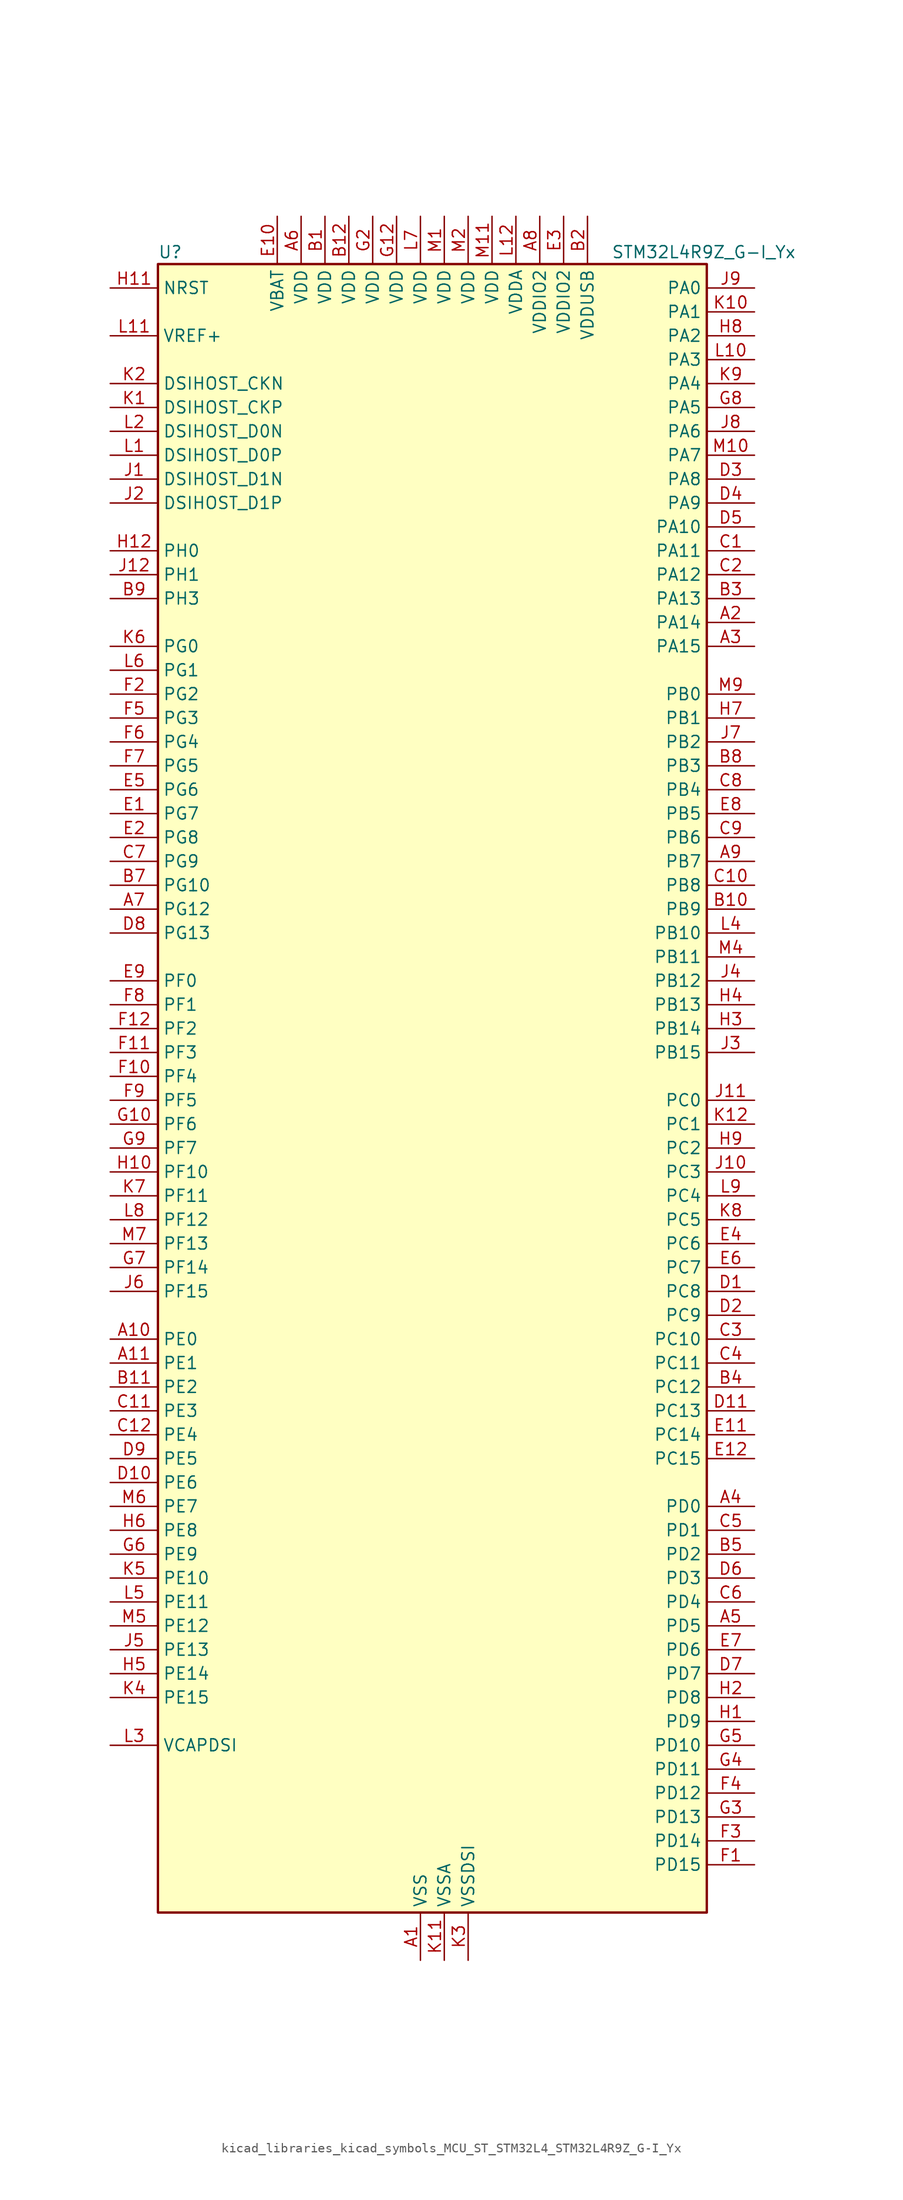
<source format=kicad_sym>
(kicad_symbol_lib
  (version 20220914)
  (generator kicad_symbol_editor)
  (symbol "kicad_libraries_kicad_symbols_MCU_ST_STM32L4_STM32L4R9Z_G-I_Yx"
    (property "Reference" "U"
      (at -27.94 90.17 0)
      (effects (font (size 1.27 1.27)) (justify left)))
    (property "Value" "STM32L4R9Z_G-I_Yx"
      (at 20.32 90.17 0)
      (effects (font (size 1.27 1.27)) (justify left)))
    (property "ki_locked" ""
      (at 0 0 0)
      (effects (font (size 1.27 1.27))))
    (symbol "kicad_libraries_kicad_symbols_MCU_ST_STM32L4_STM32L4R9Z_G-I_Yx_0_1"
      (rectangle (start -27.94 -86.36) (end 30.48 88.9) (stroke (width 0.254) (type default)) (fill (type background))))
    (symbol "kicad_libraries_kicad_symbols_MCU_ST_STM32L4_STM32L4R9Z_G-I_Yx_1_1"
      (pin power_in line (at 0 -91.44 90) (length 5.08) (name "VSS" (effects (font (size 1.27 1.27)))) (number "A1" (effects (font (size 1.27 1.27)))))
      (pin bidirectional line (at -33.02 -25.4 0) (length 5.08) (name "PE0" (effects (font (size 1.27 1.27)))) (number "A10" (effects (font (size 1.27 1.27)))) (alternate "DCMI_D2" bidirectional line) (alternate "FMC_NBL0" bidirectional line) (alternate "LTDC_HSYNC" bidirectional line) (alternate "TIM16_CH1" bidirectional line) (alternate "TIM4_ETR" bidirectional line))
      (pin bidirectional line (at -33.02 -27.94 0) (length 5.08) (name "PE1" (effects (font (size 1.27 1.27)))) (number "A11" (effects (font (size 1.27 1.27)))) (alternate "DCMI_D3" bidirectional line) (alternate "FMC_NBL1" bidirectional line) (alternate "LTDC_VSYNC" bidirectional line) (alternate "TIM17_CH1" bidirectional line))
      (pin passive line (at 0 -91.44 90) (length 5.08) hide (name "VSS" (effects (font (size 1.27 1.27)))) (number "A12" (effects (font (size 1.27 1.27)))))
      (pin bidirectional line (at 35.56 50.8 180) (length 5.08) (name "PA14" (effects (font (size 1.27 1.27)))) (number "A2" (effects (font (size 1.27 1.27)))) (alternate "I2C1_SMBA" bidirectional line) (alternate "I2C4_SMBA" bidirectional line) (alternate "LPTIM1_OUT" bidirectional line) (alternate "SAI1_FS_B" bidirectional line) (alternate "SYS_JTCK-SWCLK" bidirectional line) (alternate "USB_OTG_FS_SOF" bidirectional line))
      (pin bidirectional line (at 35.56 48.26 180) (length 5.08) (name "PA15" (effects (font (size 1.27 1.27)))) (number "A3" (effects (font (size 1.27 1.27)))) (alternate "ADC1_EXTI15" bidirectional line) (alternate "SAI2_FS_B" bidirectional line) (alternate "SPI1_NSS" bidirectional line) (alternate "SPI3_NSS" bidirectional line) (alternate "SYS_JTDI" bidirectional line) (alternate "TIM2_CH1" bidirectional line) (alternate "TIM2_ETR" bidirectional line) (alternate "TSC_G3_IO1" bidirectional line) (alternate "UART4_DE" bidirectional line) (alternate "UART4_RTS" bidirectional line) (alternate "USART2_RX" bidirectional line) (alternate "USART3_DE" bidirectional line) (alternate "USART3_RTS" bidirectional line))
      (pin bidirectional line (at 35.56 -43.18 180) (length 5.08) (name "PD0" (effects (font (size 1.27 1.27)))) (number "A4" (effects (font (size 1.27 1.27)))) (alternate "CAN1_RX" bidirectional line) (alternate "DFSDM1_DATIN7" bidirectional line) (alternate "FMC_D2" bidirectional line) (alternate "FMC_DA2" bidirectional line) (alternate "LTDC_B4" bidirectional line) (alternate "SPI2_NSS" bidirectional line))
      (pin bidirectional line (at 35.56 -55.88 180) (length 5.08) (name "PD5" (effects (font (size 1.27 1.27)))) (number "A5" (effects (font (size 1.27 1.27)))) (alternate "FMC_NWE" bidirectional line) (alternate "OCTOSPIM_P1_IO5" bidirectional line) (alternate "USART2_TX" bidirectional line))
      (pin power_in line (at -12.7 93.98 270) (length 5.08) (name "VDD" (effects (font (size 1.27 1.27)))) (number "A6" (effects (font (size 1.27 1.27)))))
      (pin bidirectional line (at -33.02 20.32 0) (length 5.08) (name "PG12" (effects (font (size 1.27 1.27)))) (number "A7" (effects (font (size 1.27 1.27)))) (alternate "FMC_NE4" bidirectional line) (alternate "LPTIM1_ETR" bidirectional line) (alternate "OCTOSPIM_P2_NCS" bidirectional line) (alternate "SAI2_SD_A" bidirectional line) (alternate "SPI3_NSS" bidirectional line) (alternate "USART1_DE" bidirectional line) (alternate "USART1_RTS" bidirectional line))
      (pin power_in line (at 12.7 93.98 270) (length 5.08) (name "VDDIO2" (effects (font (size 1.27 1.27)))) (number "A8" (effects (font (size 1.27 1.27)))))
      (pin bidirectional line (at 35.56 25.4 180) (length 5.08) (name "PB7" (effects (font (size 1.27 1.27)))) (number "A9" (effects (font (size 1.27 1.27)))) (alternate "COMP2_INM" bidirectional line) (alternate "DCMI_VSYNC" bidirectional line) (alternate "DFSDM1_CKIN5" bidirectional line) (alternate "DSIHOST_TE" bidirectional line) (alternate "FMC_NL" bidirectional line) (alternate "I2C1_SDA" bidirectional line) (alternate "I2C4_SDA" bidirectional line) (alternate "LPTIM1_IN2" bidirectional line) (alternate "SYS_PVD_IN" bidirectional line) (alternate "TIM17_CH1N" bidirectional line) (alternate "TIM4_CH2" bidirectional line) (alternate "TIM8_BKIN" bidirectional line) (alternate "TSC_G2_IO4" bidirectional line) (alternate "UART4_CTS" bidirectional line) (alternate "USART1_RX" bidirectional line))
      (pin power_in line (at -10.16 93.98 270) (length 5.08) (name "VDD" (effects (font (size 1.27 1.27)))) (number "B1" (effects (font (size 1.27 1.27)))))
      (pin bidirectional line (at 35.56 20.32 180) (length 5.08) (name "PB9" (effects (font (size 1.27 1.27)))) (number "B10" (effects (font (size 1.27 1.27)))) (alternate "CAN1_TX" bidirectional line) (alternate "DAC1_EXTI9" bidirectional line) (alternate "DCMI_D7" bidirectional line) (alternate "DFSDM1_CKIN6" bidirectional line) (alternate "I2C1_SDA" bidirectional line) (alternate "IR_OUT" bidirectional line) (alternate "SAI1_D2" bidirectional line) (alternate "SAI1_FS_A" bidirectional line) (alternate "SDMMC1_CDIR" bidirectional line) (alternate "SDMMC1_D5" bidirectional line) (alternate "SPI2_NSS" bidirectional line) (alternate "TIM17_CH1" bidirectional line) (alternate "TIM4_CH4" bidirectional line))
      (pin bidirectional line (at -33.02 -30.48 0) (length 5.08) (name "PE2" (effects (font (size 1.27 1.27)))) (number "B11" (effects (font (size 1.27 1.27)))) (alternate "FMC_A23" bidirectional line) (alternate "LTDC_R0" bidirectional line) (alternate "SAI1_CK1" bidirectional line) (alternate "SAI1_MCLK_A" bidirectional line) (alternate "SYS_TRACECLK" bidirectional line) (alternate "TIM3_ETR" bidirectional line) (alternate "TSC_G7_IO1" bidirectional line))
      (pin power_in line (at -7.62 93.98 270) (length 5.08) (name "VDD" (effects (font (size 1.27 1.27)))) (number "B12" (effects (font (size 1.27 1.27)))))
      (pin power_in line (at 17.78 93.98 270) (length 5.08) (name "VDDUSB" (effects (font (size 1.27 1.27)))) (number "B2" (effects (font (size 1.27 1.27)))))
      (pin bidirectional line (at 35.56 53.34 180) (length 5.08) (name "PA13" (effects (font (size 1.27 1.27)))) (number "B3" (effects (font (size 1.27 1.27)))) (alternate "IR_OUT" bidirectional line) (alternate "SAI1_SD_B" bidirectional line) (alternate "SYS_JTMS-SWDIO" bidirectional line) (alternate "USB_OTG_FS_NOE" bidirectional line))
      (pin bidirectional line (at 35.56 -30.48 180) (length 5.08) (name "PC12" (effects (font (size 1.27 1.27)))) (number "B4" (effects (font (size 1.27 1.27)))) (alternate "DCMI_D9" bidirectional line) (alternate "SAI2_SD_B" bidirectional line) (alternate "SDMMC1_CK" bidirectional line) (alternate "SPI3_MOSI" bidirectional line) (alternate "SYS_TRACED3" bidirectional line) (alternate "TSC_G3_IO4" bidirectional line) (alternate "UART5_TX" bidirectional line) (alternate "USART3_CK" bidirectional line))
      (pin bidirectional line (at 35.56 -48.26 180) (length 5.08) (name "PD2" (effects (font (size 1.27 1.27)))) (number "B5" (effects (font (size 1.27 1.27)))) (alternate "DCMI_D11" bidirectional line) (alternate "SDMMC1_CMD" bidirectional line) (alternate "SYS_TRACED2" bidirectional line) (alternate "TIM3_ETR" bidirectional line) (alternate "TSC_SYNC" bidirectional line) (alternate "UART5_RX" bidirectional line) (alternate "USART3_DE" bidirectional line) (alternate "USART3_RTS" bidirectional line))
      (pin passive line (at 0 -91.44 90) (length 5.08) hide (name "VSS" (effects (font (size 1.27 1.27)))) (number "B6" (effects (font (size 1.27 1.27)))))
      (pin bidirectional line (at -33.02 22.86 0) (length 5.08) (name "PG10" (effects (font (size 1.27 1.27)))) (number "B7" (effects (font (size 1.27 1.27)))) (alternate "FMC_NE3" bidirectional line) (alternate "LPTIM1_IN1" bidirectional line) (alternate "OCTOSPIM_P2_IO7" bidirectional line) (alternate "SAI2_FS_A" bidirectional line) (alternate "SPI3_MISO" bidirectional line) (alternate "TIM15_CH1" bidirectional line) (alternate "USART1_RX" bidirectional line))
      (pin bidirectional line (at 35.56 35.56 180) (length 5.08) (name "PB3" (effects (font (size 1.27 1.27)))) (number "B8" (effects (font (size 1.27 1.27)))) (alternate "COMP2_INM" bidirectional line) (alternate "CRS_SYNC" bidirectional line) (alternate "SAI1_SCK_B" bidirectional line) (alternate "SPI1_SCK" bidirectional line) (alternate "SPI3_SCK" bidirectional line) (alternate "SYS_JTDO-SWO" bidirectional line) (alternate "TIM2_CH2" bidirectional line) (alternate "USART1_DE" bidirectional line) (alternate "USART1_RTS" bidirectional line))
      (pin bidirectional line (at -33.02 53.34 0) (length 5.08) (name "PH3" (effects (font (size 1.27 1.27)))) (number "B9" (effects (font (size 1.27 1.27)))))
      (pin bidirectional line (at 35.56 58.42 180) (length 5.08) (name "PA11" (effects (font (size 1.27 1.27)))) (number "C1" (effects (font (size 1.27 1.27)))) (alternate "ADC1_EXTI11" bidirectional line) (alternate "CAN1_RX" bidirectional line) (alternate "SPI1_MISO" bidirectional line) (alternate "TIM1_BKIN2" bidirectional line) (alternate "TIM1_CH4" bidirectional line) (alternate "USART1_CTS" bidirectional line) (alternate "USART1_NSS" bidirectional line) (alternate "USB_OTG_FS_DM" bidirectional line))
      (pin bidirectional line (at 35.56 22.86 180) (length 5.08) (name "PB8" (effects (font (size 1.27 1.27)))) (number "C10" (effects (font (size 1.27 1.27)))) (alternate "CAN1_RX" bidirectional line) (alternate "DCMI_D6" bidirectional line) (alternate "DFSDM1_CKOUT" bidirectional line) (alternate "DFSDM1_DATIN6" bidirectional line) (alternate "I2C1_SCL" bidirectional line) (alternate "LTDC_B1" bidirectional line) (alternate "SAI1_CK1" bidirectional line) (alternate "SAI1_MCLK_A" bidirectional line) (alternate "SDMMC1_CKIN" bidirectional line) (alternate "SDMMC1_D4" bidirectional line) (alternate "TIM16_CH1" bidirectional line) (alternate "TIM4_CH3" bidirectional line))
      (pin bidirectional line (at -33.02 -33.02 0) (length 5.08) (name "PE3" (effects (font (size 1.27 1.27)))) (number "C11" (effects (font (size 1.27 1.27)))) (alternate "FMC_A19" bidirectional line) (alternate "LTDC_R1" bidirectional line) (alternate "OCTOSPIM_P1_DQS" bidirectional line) (alternate "SAI1_SD_B" bidirectional line) (alternate "SYS_TRACED0" bidirectional line) (alternate "TIM3_CH1" bidirectional line) (alternate "TSC_G7_IO2" bidirectional line))
      (pin bidirectional line (at -33.02 -35.56 0) (length 5.08) (name "PE4" (effects (font (size 1.27 1.27)))) (number "C12" (effects (font (size 1.27 1.27)))) (alternate "DCMI_D4" bidirectional line) (alternate "DFSDM1_DATIN3" bidirectional line) (alternate "FMC_A20" bidirectional line) (alternate "LTDC_B0" bidirectional line) (alternate "SAI1_D2" bidirectional line) (alternate "SAI1_FS_A" bidirectional line) (alternate "SYS_TRACED1" bidirectional line) (alternate "TIM3_CH2" bidirectional line) (alternate "TSC_G7_IO3" bidirectional line))
      (pin bidirectional line (at 35.56 55.88 180) (length 5.08) (name "PA12" (effects (font (size 1.27 1.27)))) (number "C2" (effects (font (size 1.27 1.27)))) (alternate "CAN1_TX" bidirectional line) (alternate "SPI1_MOSI" bidirectional line) (alternate "TIM1_ETR" bidirectional line) (alternate "USART1_DE" bidirectional line) (alternate "USART1_RTS" bidirectional line) (alternate "USB_OTG_FS_DP" bidirectional line))
      (pin bidirectional line (at 35.56 -25.4 180) (length 5.08) (name "PC10" (effects (font (size 1.27 1.27)))) (number "C3" (effects (font (size 1.27 1.27)))) (alternate "DCMI_D8" bidirectional line) (alternate "SAI2_SCK_B" bidirectional line) (alternate "SDMMC1_D2" bidirectional line) (alternate "SPI3_SCK" bidirectional line) (alternate "SYS_TRACED1" bidirectional line) (alternate "TSC_G3_IO2" bidirectional line) (alternate "UART4_TX" bidirectional line) (alternate "USART3_TX" bidirectional line))
      (pin bidirectional line (at 35.56 -27.94 180) (length 5.08) (name "PC11" (effects (font (size 1.27 1.27)))) (number "C4" (effects (font (size 1.27 1.27)))) (alternate "ADC1_EXTI11" bidirectional line) (alternate "DCMI_D2" bidirectional line) (alternate "DCMI_D4" bidirectional line) (alternate "OCTOSPIM_P1_NCS" bidirectional line) (alternate "SAI2_MCLK_B" bidirectional line) (alternate "SDMMC1_D3" bidirectional line) (alternate "SPI3_MISO" bidirectional line) (alternate "TSC_G3_IO3" bidirectional line) (alternate "UART4_RX" bidirectional line) (alternate "USART3_RX" bidirectional line))
      (pin bidirectional line (at 35.56 -45.72 180) (length 5.08) (name "PD1" (effects (font (size 1.27 1.27)))) (number "C5" (effects (font (size 1.27 1.27)))) (alternate "CAN1_TX" bidirectional line) (alternate "DFSDM1_CKIN7" bidirectional line) (alternate "FMC_D3" bidirectional line) (alternate "FMC_DA3" bidirectional line) (alternate "LTDC_B5" bidirectional line) (alternate "SPI2_SCK" bidirectional line))
      (pin bidirectional line (at 35.56 -53.34 180) (length 5.08) (name "PD4" (effects (font (size 1.27 1.27)))) (number "C6" (effects (font (size 1.27 1.27)))) (alternate "DFSDM1_CKIN0" bidirectional line) (alternate "FMC_NOE" bidirectional line) (alternate "OCTOSPIM_P1_IO4" bidirectional line) (alternate "SPI2_MOSI" bidirectional line) (alternate "USART2_DE" bidirectional line) (alternate "USART2_RTS" bidirectional line))
      (pin bidirectional line (at -33.02 25.4 0) (length 5.08) (name "PG9" (effects (font (size 1.27 1.27)))) (number "C7" (effects (font (size 1.27 1.27)))) (alternate "DAC1_EXTI9" bidirectional line) (alternate "FMC_NCE" bidirectional line) (alternate "FMC_NE2" bidirectional line) (alternate "OCTOSPIM_P2_IO6" bidirectional line) (alternate "SAI2_SCK_A" bidirectional line) (alternate "SPI3_SCK" bidirectional line) (alternate "TIM15_CH1N" bidirectional line) (alternate "USART1_TX" bidirectional line))
      (pin bidirectional line (at 35.56 33.02 180) (length 5.08) (name "PB4" (effects (font (size 1.27 1.27)))) (number "C8" (effects (font (size 1.27 1.27)))) (alternate "COMP2_INP" bidirectional line) (alternate "DCMI_D12" bidirectional line) (alternate "I2C3_SDA" bidirectional line) (alternate "SAI1_MCLK_B" bidirectional line) (alternate "SPI1_MISO" bidirectional line) (alternate "SPI3_MISO" bidirectional line) (alternate "SYS_JTRST" bidirectional line) (alternate "TIM17_BKIN" bidirectional line) (alternate "TIM3_CH1" bidirectional line) (alternate "TSC_G2_IO1" bidirectional line) (alternate "UART5_DE" bidirectional line) (alternate "UART5_RTS" bidirectional line) (alternate "USART1_CTS" bidirectional line) (alternate "USART1_NSS" bidirectional line))
      (pin bidirectional line (at 35.56 27.94 180) (length 5.08) (name "PB6" (effects (font (size 1.27 1.27)))) (number "C9" (effects (font (size 1.27 1.27)))) (alternate "COMP2_INP" bidirectional line) (alternate "DCMI_D5" bidirectional line) (alternate "DFSDM1_DATIN5" bidirectional line) (alternate "I2C1_SCL" bidirectional line) (alternate "I2C4_SCL" bidirectional line) (alternate "LPTIM1_ETR" bidirectional line) (alternate "SAI1_FS_B" bidirectional line) (alternate "TIM16_CH1N" bidirectional line) (alternate "TIM4_CH1" bidirectional line) (alternate "TIM8_BKIN2" bidirectional line) (alternate "TSC_G2_IO3" bidirectional line) (alternate "USART1_TX" bidirectional line))
      (pin bidirectional line (at 35.56 -20.32 180) (length 5.08) (name "PC8" (effects (font (size 1.27 1.27)))) (number "D1" (effects (font (size 1.27 1.27)))) (alternate "DCMI_D2" bidirectional line) (alternate "SDMMC1_D0" bidirectional line) (alternate "TIM3_CH3" bidirectional line) (alternate "TIM8_CH3" bidirectional line) (alternate "TSC_G4_IO3" bidirectional line))
      (pin bidirectional line (at -33.02 -40.64 0) (length 5.08) (name "PE6" (effects (font (size 1.27 1.27)))) (number "D10" (effects (font (size 1.27 1.27)))) (alternate "DCMI_D7" bidirectional line) (alternate "FMC_A22" bidirectional line) (alternate "LTDC_G1" bidirectional line) (alternate "RTC_TAMP3" bidirectional line) (alternate "SAI1_D1" bidirectional line) (alternate "SAI1_SD_A" bidirectional line) (alternate "SYS_TRACED3" bidirectional line) (alternate "SYS_WKUP3" bidirectional line) (alternate "TIM3_CH4" bidirectional line))
      (pin bidirectional line (at 35.56 -33.02 180) (length 5.08) (name "PC13" (effects (font (size 1.27 1.27)))) (number "D11" (effects (font (size 1.27 1.27)))) (alternate "RTC_OUT_ALARM" bidirectional line) (alternate "RTC_OUT_CALIB" bidirectional line) (alternate "RTC_TAMP1" bidirectional line) (alternate "RTC_TS" bidirectional line) (alternate "SYS_WKUP2" bidirectional line))
      (pin passive line (at 0 -91.44 90) (length 5.08) hide (name "VSS" (effects (font (size 1.27 1.27)))) (number "D12" (effects (font (size 1.27 1.27)))))
      (pin bidirectional line (at 35.56 -22.86 180) (length 5.08) (name "PC9" (effects (font (size 1.27 1.27)))) (number "D2" (effects (font (size 1.27 1.27)))) (alternate "DAC1_EXTI9" bidirectional line) (alternate "DCMI_D3" bidirectional line) (alternate "I2C3_SDA" bidirectional line) (alternate "SAI2_EXTCLK" bidirectional line) (alternate "SDMMC1_D1" bidirectional line) (alternate "SYS_TRACED0" bidirectional line) (alternate "TIM3_CH4" bidirectional line) (alternate "TIM8_BKIN2" bidirectional line) (alternate "TIM8_CH4" bidirectional line) (alternate "TSC_G4_IO4" bidirectional line) (alternate "USB_OTG_FS_NOE" bidirectional line))
      (pin bidirectional line (at 35.56 66.04 180) (length 5.08) (name "PA8" (effects (font (size 1.27 1.27)))) (number "D3" (effects (font (size 1.27 1.27)))) (alternate "LPTIM2_OUT" bidirectional line) (alternate "RCC_MCO" bidirectional line) (alternate "SAI1_CK2" bidirectional line) (alternate "SAI1_SCK_A" bidirectional line) (alternate "TIM1_CH1" bidirectional line) (alternate "USART1_CK" bidirectional line) (alternate "USB_OTG_FS_SOF" bidirectional line))
      (pin bidirectional line (at 35.56 63.5 180) (length 5.08) (name "PA9" (effects (font (size 1.27 1.27)))) (number "D4" (effects (font (size 1.27 1.27)))) (alternate "DAC1_EXTI9" bidirectional line) (alternate "DCMI_D0" bidirectional line) (alternate "SAI1_FS_A" bidirectional line) (alternate "SPI2_SCK" bidirectional line) (alternate "TIM15_BKIN" bidirectional line) (alternate "TIM1_CH2" bidirectional line) (alternate "USART1_TX" bidirectional line) (alternate "USB_OTG_FS_VBUS" bidirectional line))
      (pin bidirectional line (at 35.56 60.96 180) (length 5.08) (name "PA10" (effects (font (size 1.27 1.27)))) (number "D5" (effects (font (size 1.27 1.27)))) (alternate "DCMI_D1" bidirectional line) (alternate "SAI1_D1" bidirectional line) (alternate "SAI1_SD_A" bidirectional line) (alternate "TIM17_BKIN" bidirectional line) (alternate "TIM1_CH3" bidirectional line) (alternate "USART1_RX" bidirectional line) (alternate "USB_OTG_FS_ID" bidirectional line))
      (pin bidirectional line (at 35.56 -50.8 180) (length 5.08) (name "PD3" (effects (font (size 1.27 1.27)))) (number "D6" (effects (font (size 1.27 1.27)))) (alternate "DCMI_D5" bidirectional line) (alternate "DFSDM1_DATIN0" bidirectional line) (alternate "FMC_CLK" bidirectional line) (alternate "LTDC_CLK" bidirectional line) (alternate "OCTOSPIM_P2_NCS" bidirectional line) (alternate "SPI2_MISO" bidirectional line) (alternate "SPI2_SCK" bidirectional line) (alternate "USART2_CTS" bidirectional line) (alternate "USART2_NSS" bidirectional line))
      (pin bidirectional line (at 35.56 -60.96 180) (length 5.08) (name "PD7" (effects (font (size 1.27 1.27)))) (number "D7" (effects (font (size 1.27 1.27)))) (alternate "DFSDM1_CKIN1" bidirectional line) (alternate "FMC_NCE" bidirectional line) (alternate "FMC_NE1" bidirectional line) (alternate "OCTOSPIM_P1_IO7" bidirectional line) (alternate "USART2_CK" bidirectional line))
      (pin bidirectional line (at -33.02 17.78 0) (length 5.08) (name "PG13" (effects (font (size 1.27 1.27)))) (number "D8" (effects (font (size 1.27 1.27)))) (alternate "FMC_A24" bidirectional line) (alternate "I2C1_SDA" bidirectional line) (alternate "LTDC_R0" bidirectional line) (alternate "USART1_CK" bidirectional line))
      (pin bidirectional line (at -33.02 -38.1 0) (length 5.08) (name "PE5" (effects (font (size 1.27 1.27)))) (number "D9" (effects (font (size 1.27 1.27)))) (alternate "DCMI_D6" bidirectional line) (alternate "DFSDM1_CKIN3" bidirectional line) (alternate "FMC_A21" bidirectional line) (alternate "LTDC_G0" bidirectional line) (alternate "SAI1_CK2" bidirectional line) (alternate "SAI1_SCK_A" bidirectional line) (alternate "SYS_TRACED2" bidirectional line) (alternate "TIM3_CH3" bidirectional line) (alternate "TSC_G7_IO4" bidirectional line))
      (pin bidirectional line (at -33.02 30.48 0) (length 5.08) (name "PG7" (effects (font (size 1.27 1.27)))) (number "E1" (effects (font (size 1.27 1.27)))) (alternate "DFSDM1_CKOUT" bidirectional line) (alternate "FMC_INT" bidirectional line) (alternate "I2C3_SCL" bidirectional line) (alternate "LPUART1_TX" bidirectional line) (alternate "OCTOSPIM_P2_DQS" bidirectional line) (alternate "SAI1_CK1" bidirectional line) (alternate "SAI1_MCLK_A" bidirectional line))
      (pin power_in line (at -15.24 93.98 270) (length 5.08) (name "VBAT" (effects (font (size 1.27 1.27)))) (number "E10" (effects (font (size 1.27 1.27)))))
      (pin bidirectional line (at 35.56 -35.56 180) (length 5.08) (name "PC14" (effects (font (size 1.27 1.27)))) (number "E11" (effects (font (size 1.27 1.27)))) (alternate "RCC_OSC32_IN" bidirectional line))
      (pin bidirectional line (at 35.56 -38.1 180) (length 5.08) (name "PC15" (effects (font (size 1.27 1.27)))) (number "E12" (effects (font (size 1.27 1.27)))) (alternate "ADC1_EXTI15" bidirectional line) (alternate "RCC_OSC32_OUT" bidirectional line))
      (pin bidirectional line (at -33.02 27.94 0) (length 5.08) (name "PG8" (effects (font (size 1.27 1.27)))) (number "E2" (effects (font (size 1.27 1.27)))) (alternate "I2C3_SDA" bidirectional line) (alternate "LPUART1_RX" bidirectional line))
      (pin power_in line (at 15.24 93.98 270) (length 5.08) (name "VDDIO2" (effects (font (size 1.27 1.27)))) (number "E3" (effects (font (size 1.27 1.27)))))
      (pin bidirectional line (at 35.56 -15.24 180) (length 5.08) (name "PC6" (effects (font (size 1.27 1.27)))) (number "E4" (effects (font (size 1.27 1.27)))) (alternate "DCMI_D0" bidirectional line) (alternate "DFSDM1_CKIN3" bidirectional line) (alternate "LTDC_R0" bidirectional line) (alternate "SAI2_MCLK_A" bidirectional line) (alternate "SDMMC1_D0DIR" bidirectional line) (alternate "SDMMC1_D6" bidirectional line) (alternate "TIM3_CH1" bidirectional line) (alternate "TIM8_CH1" bidirectional line) (alternate "TSC_G4_IO1" bidirectional line))
      (pin bidirectional line (at -33.02 33.02 0) (length 5.08) (name "PG6" (effects (font (size 1.27 1.27)))) (number "E5" (effects (font (size 1.27 1.27)))) (alternate "DSIHOST_TE" bidirectional line) (alternate "I2C3_SMBA" bidirectional line) (alternate "LPUART1_DE" bidirectional line) (alternate "LPUART1_RTS" bidirectional line) (alternate "LTDC_R1" bidirectional line) (alternate "OCTOSPIM_P1_DQS" bidirectional line))
      (pin bidirectional line (at 35.56 -17.78 180) (length 5.08) (name "PC7" (effects (font (size 1.27 1.27)))) (number "E6" (effects (font (size 1.27 1.27)))) (alternate "DCMI_D1" bidirectional line) (alternate "DFSDM1_DATIN3" bidirectional line) (alternate "LTDC_R1" bidirectional line) (alternate "SAI2_MCLK_B" bidirectional line) (alternate "SDMMC1_D123DIR" bidirectional line) (alternate "SDMMC1_D7" bidirectional line) (alternate "TIM3_CH2" bidirectional line) (alternate "TIM8_CH2" bidirectional line) (alternate "TSC_G4_IO2" bidirectional line))
      (pin bidirectional line (at 35.56 -58.42 180) (length 5.08) (name "PD6" (effects (font (size 1.27 1.27)))) (number "E7" (effects (font (size 1.27 1.27)))) (alternate "DCMI_D10" bidirectional line) (alternate "DFSDM1_DATIN1" bidirectional line) (alternate "FMC_NWAIT" bidirectional line) (alternate "LTDC_DE" bidirectional line) (alternate "OCTOSPIM_P1_IO6" bidirectional line) (alternate "SAI1_D1" bidirectional line) (alternate "SAI1_SD_A" bidirectional line) (alternate "SPI3_MOSI" bidirectional line) (alternate "USART2_RX" bidirectional line))
      (pin bidirectional line (at 35.56 30.48 180) (length 5.08) (name "PB5" (effects (font (size 1.27 1.27)))) (number "E8" (effects (font (size 1.27 1.27)))) (alternate "COMP2_OUT" bidirectional line) (alternate "DCMI_D10" bidirectional line) (alternate "I2C1_SMBA" bidirectional line) (alternate "LPTIM1_IN1" bidirectional line) (alternate "SAI1_SD_B" bidirectional line) (alternate "SPI1_MOSI" bidirectional line) (alternate "SPI3_MOSI" bidirectional line) (alternate "TIM16_BKIN" bidirectional line) (alternate "TIM3_CH2" bidirectional line) (alternate "TSC_G2_IO2" bidirectional line) (alternate "UART5_CTS" bidirectional line) (alternate "USART1_CK" bidirectional line))
      (pin bidirectional line (at -33.02 12.7 0) (length 5.08) (name "PF0" (effects (font (size 1.27 1.27)))) (number "E9" (effects (font (size 1.27 1.27)))) (alternate "FMC_A0" bidirectional line) (alternate "I2C2_SDA" bidirectional line) (alternate "OCTOSPIM_P2_IO0" bidirectional line))
      (pin bidirectional line (at 35.56 -81.28 180) (length 5.08) (name "PD15" (effects (font (size 1.27 1.27)))) (number "F1" (effects (font (size 1.27 1.27)))) (alternate "ADC1_EXTI15" bidirectional line) (alternate "FMC_D1" bidirectional line) (alternate "FMC_DA1" bidirectional line) (alternate "LTDC_B3" bidirectional line) (alternate "TIM4_CH4" bidirectional line))
      (pin bidirectional line (at -33.02 2.54 0) (length 5.08) (name "PF4" (effects (font (size 1.27 1.27)))) (number "F10" (effects (font (size 1.27 1.27)))) (alternate "FMC_A4" bidirectional line) (alternate "OCTOSPIM_P2_CLK" bidirectional line))
      (pin bidirectional line (at -33.02 5.08 0) (length 5.08) (name "PF3" (effects (font (size 1.27 1.27)))) (number "F11" (effects (font (size 1.27 1.27)))) (alternate "FMC_A3" bidirectional line) (alternate "OCTOSPIM_P2_IO3" bidirectional line))
      (pin bidirectional line (at -33.02 7.62 0) (length 5.08) (name "PF2" (effects (font (size 1.27 1.27)))) (number "F12" (effects (font (size 1.27 1.27)))) (alternate "FMC_A2" bidirectional line) (alternate "I2C2_SMBA" bidirectional line) (alternate "OCTOSPIM_P2_IO2" bidirectional line))
      (pin bidirectional line (at -33.02 43.18 0) (length 5.08) (name "PG2" (effects (font (size 1.27 1.27)))) (number "F2" (effects (font (size 1.27 1.27)))) (alternate "FMC_A12" bidirectional line) (alternate "SAI2_SCK_B" bidirectional line) (alternate "SPI1_SCK" bidirectional line))
      (pin bidirectional line (at 35.56 -78.74 180) (length 5.08) (name "PD14" (effects (font (size 1.27 1.27)))) (number "F3" (effects (font (size 1.27 1.27)))) (alternate "FMC_D0" bidirectional line) (alternate "FMC_DA0" bidirectional line) (alternate "LTDC_B2" bidirectional line) (alternate "TIM4_CH3" bidirectional line))
      (pin bidirectional line (at 35.56 -73.66 180) (length 5.08) (name "PD12" (effects (font (size 1.27 1.27)))) (number "F4" (effects (font (size 1.27 1.27)))) (alternate "FMC_A17" bidirectional line) (alternate "FMC_ALE" bidirectional line) (alternate "I2C4_SCL" bidirectional line) (alternate "LPTIM2_IN1" bidirectional line) (alternate "LTDC_R7" bidirectional line) (alternate "SAI2_FS_A" bidirectional line) (alternate "TIM4_CH1" bidirectional line) (alternate "TSC_G6_IO3" bidirectional line) (alternate "USART3_DE" bidirectional line) (alternate "USART3_RTS" bidirectional line))
      (pin bidirectional line (at -33.02 40.64 0) (length 5.08) (name "PG3" (effects (font (size 1.27 1.27)))) (number "F5" (effects (font (size 1.27 1.27)))) (alternate "FMC_A13" bidirectional line) (alternate "SAI2_FS_B" bidirectional line) (alternate "SPI1_MISO" bidirectional line))
      (pin bidirectional line (at -33.02 38.1 0) (length 5.08) (name "PG4" (effects (font (size 1.27 1.27)))) (number "F6" (effects (font (size 1.27 1.27)))) (alternate "FMC_A14" bidirectional line) (alternate "SAI2_MCLK_B" bidirectional line) (alternate "SPI1_MOSI" bidirectional line))
      (pin bidirectional line (at -33.02 35.56 0) (length 5.08) (name "PG5" (effects (font (size 1.27 1.27)))) (number "F7" (effects (font (size 1.27 1.27)))) (alternate "FMC_A15" bidirectional line) (alternate "LPUART1_CTS" bidirectional line) (alternate "SAI2_SD_B" bidirectional line) (alternate "SPI1_NSS" bidirectional line))
      (pin bidirectional line (at -33.02 10.16 0) (length 5.08) (name "PF1" (effects (font (size 1.27 1.27)))) (number "F8" (effects (font (size 1.27 1.27)))) (alternate "FMC_A1" bidirectional line) (alternate "I2C2_SCL" bidirectional line) (alternate "OCTOSPIM_P2_IO1" bidirectional line))
      (pin bidirectional line (at -33.02 0 0) (length 5.08) (name "PF5" (effects (font (size 1.27 1.27)))) (number "F9" (effects (font (size 1.27 1.27)))) (alternate "FMC_A5" bidirectional line))
      (pin passive line (at 0 -91.44 90) (length 5.08) hide (name "VSS" (effects (font (size 1.27 1.27)))) (number "G1" (effects (font (size 1.27 1.27)))))
      (pin bidirectional line (at -33.02 -2.54 0) (length 5.08) (name "PF6" (effects (font (size 1.27 1.27)))) (number "G10" (effects (font (size 1.27 1.27)))) (alternate "OCTOSPIM_P1_IO3" bidirectional line) (alternate "SAI1_SD_B" bidirectional line) (alternate "TIM5_CH1" bidirectional line) (alternate "TIM5_ETR" bidirectional line))
      (pin passive line (at 0 -91.44 90) (length 5.08) hide (name "VSS" (effects (font (size 1.27 1.27)))) (number "G11" (effects (font (size 1.27 1.27)))))
      (pin power_in line (at -2.54 93.98 270) (length 5.08) (name "VDD" (effects (font (size 1.27 1.27)))) (number "G12" (effects (font (size 1.27 1.27)))))
      (pin power_in line (at -5.08 93.98 270) (length 5.08) (name "VDD" (effects (font (size 1.27 1.27)))) (number "G2" (effects (font (size 1.27 1.27)))))
      (pin bidirectional line (at 35.56 -76.2 180) (length 5.08) (name "PD13" (effects (font (size 1.27 1.27)))) (number "G3" (effects (font (size 1.27 1.27)))) (alternate "FMC_A18" bidirectional line) (alternate "I2C4_SDA" bidirectional line) (alternate "LPTIM2_OUT" bidirectional line) (alternate "TIM4_CH2" bidirectional line) (alternate "TSC_G6_IO4" bidirectional line))
      (pin bidirectional line (at 35.56 -71.12 180) (length 5.08) (name "PD11" (effects (font (size 1.27 1.27)))) (number "G4" (effects (font (size 1.27 1.27)))) (alternate "ADC1_EXTI11" bidirectional line) (alternate "FMC_A16" bidirectional line) (alternate "FMC_CLE" bidirectional line) (alternate "I2C4_SMBA" bidirectional line) (alternate "LPTIM2_ETR" bidirectional line) (alternate "LTDC_R6" bidirectional line) (alternate "SAI2_SD_A" bidirectional line) (alternate "TSC_G6_IO2" bidirectional line) (alternate "USART3_CTS" bidirectional line) (alternate "USART3_NSS" bidirectional line))
      (pin bidirectional line (at 35.56 -68.58 180) (length 5.08) (name "PD10" (effects (font (size 1.27 1.27)))) (number "G5" (effects (font (size 1.27 1.27)))) (alternate "FMC_D15" bidirectional line) (alternate "FMC_DA15" bidirectional line) (alternate "LTDC_R5" bidirectional line) (alternate "SAI2_SCK_A" bidirectional line) (alternate "TSC_G6_IO1" bidirectional line) (alternate "USART3_CK" bidirectional line))
      (pin bidirectional line (at -33.02 -48.26 0) (length 5.08) (name "PE9" (effects (font (size 1.27 1.27)))) (number "G6" (effects (font (size 1.27 1.27)))) (alternate "DAC1_EXTI9" bidirectional line) (alternate "DFSDM1_CKOUT" bidirectional line) (alternate "FMC_D6" bidirectional line) (alternate "FMC_DA6" bidirectional line) (alternate "LTDC_G2" bidirectional line) (alternate "SAI1_FS_B" bidirectional line) (alternate "TIM1_CH1" bidirectional line))
      (pin bidirectional line (at -33.02 -17.78 0) (length 5.08) (name "PF14" (effects (font (size 1.27 1.27)))) (number "G7" (effects (font (size 1.27 1.27)))) (alternate "DFSDM1_CKIN6" bidirectional line) (alternate "FMC_A8" bidirectional line) (alternate "I2C4_SCL" bidirectional line) (alternate "LTDC_G0" bidirectional line) (alternate "TSC_G8_IO1" bidirectional line))
      (pin bidirectional line (at 35.56 73.66 180) (length 5.08) (name "PA5" (effects (font (size 1.27 1.27)))) (number "G8" (effects (font (size 1.27 1.27)))) (alternate "ADC1_IN10" bidirectional line) (alternate "DAC1_OUT2" bidirectional line) (alternate "LPTIM2_ETR" bidirectional line) (alternate "SPI1_SCK" bidirectional line) (alternate "TIM2_CH1" bidirectional line) (alternate "TIM2_ETR" bidirectional line) (alternate "TIM8_CH1N" bidirectional line))
      (pin bidirectional line (at -33.02 -5.08 0) (length 5.08) (name "PF7" (effects (font (size 1.27 1.27)))) (number "G9" (effects (font (size 1.27 1.27)))) (alternate "OCTOSPIM_P1_IO2" bidirectional line) (alternate "SAI1_MCLK_B" bidirectional line) (alternate "TIM5_CH2" bidirectional line))
      (pin bidirectional line (at 35.56 -66.04 180) (length 5.08) (name "PD9" (effects (font (size 1.27 1.27)))) (number "H1" (effects (font (size 1.27 1.27)))) (alternate "DAC1_EXTI9" bidirectional line) (alternate "DCMI_PIXCLK" bidirectional line) (alternate "FMC_D14" bidirectional line) (alternate "FMC_DA14" bidirectional line) (alternate "LTDC_R4" bidirectional line) (alternate "SAI2_MCLK_A" bidirectional line) (alternate "USART3_RX" bidirectional line))
      (pin bidirectional line (at -33.02 -7.62 0) (length 5.08) (name "PF10" (effects (font (size 1.27 1.27)))) (number "H10" (effects (font (size 1.27 1.27)))) (alternate "DCMI_D11" bidirectional line) (alternate "DFSDM1_CKOUT" bidirectional line) (alternate "OCTOSPIM_P1_CLK" bidirectional line) (alternate "SAI1_D3" bidirectional line) (alternate "TIM15_CH2" bidirectional line))
      (pin input line (at -33.02 86.36 0) (length 5.08) (name "NRST" (effects (font (size 1.27 1.27)))) (number "H11" (effects (font (size 1.27 1.27)))))
      (pin bidirectional line (at -33.02 58.42 0) (length 5.08) (name "PH0" (effects (font (size 1.27 1.27)))) (number "H12" (effects (font (size 1.27 1.27)))) (alternate "RCC_OSC_IN" bidirectional line))
      (pin bidirectional line (at 35.56 -63.5 180) (length 5.08) (name "PD8" (effects (font (size 1.27 1.27)))) (number "H2" (effects (font (size 1.27 1.27)))) (alternate "DCMI_HSYNC" bidirectional line) (alternate "FMC_D13" bidirectional line) (alternate "FMC_DA13" bidirectional line) (alternate "LTDC_R3" bidirectional line) (alternate "USART3_TX" bidirectional line))
      (pin bidirectional line (at 35.56 7.62 180) (length 5.08) (name "PB14" (effects (font (size 1.27 1.27)))) (number "H3" (effects (font (size 1.27 1.27)))) (alternate "DFSDM1_DATIN2" bidirectional line) (alternate "I2C2_SDA" bidirectional line) (alternate "SAI2_MCLK_A" bidirectional line) (alternate "SPI2_MISO" bidirectional line) (alternate "TIM15_CH1" bidirectional line) (alternate "TIM1_CH2N" bidirectional line) (alternate "TIM8_CH2N" bidirectional line) (alternate "TSC_G1_IO3" bidirectional line) (alternate "USART3_DE" bidirectional line) (alternate "USART3_RTS" bidirectional line))
      (pin bidirectional line (at 35.56 10.16 180) (length 5.08) (name "PB13" (effects (font (size 1.27 1.27)))) (number "H4" (effects (font (size 1.27 1.27)))) (alternate "DFSDM1_CKIN1" bidirectional line) (alternate "I2C2_SCL" bidirectional line) (alternate "LPUART1_CTS" bidirectional line) (alternate "SAI2_SCK_A" bidirectional line) (alternate "SPI2_SCK" bidirectional line) (alternate "TIM15_CH1N" bidirectional line) (alternate "TIM1_CH1N" bidirectional line) (alternate "TSC_G1_IO2" bidirectional line) (alternate "USART3_CTS" bidirectional line) (alternate "USART3_NSS" bidirectional line))
      (pin bidirectional line (at -33.02 -60.96 0) (length 5.08) (name "PE14" (effects (font (size 1.27 1.27)))) (number "H5" (effects (font (size 1.27 1.27)))) (alternate "FMC_D11" bidirectional line) (alternate "FMC_DA11" bidirectional line) (alternate "LTDC_G7" bidirectional line) (alternate "OCTOSPIM_P1_IO2" bidirectional line) (alternate "SPI1_MISO" bidirectional line) (alternate "TIM1_BKIN2" bidirectional line) (alternate "TIM1_CH4" bidirectional line))
      (pin bidirectional line (at -33.02 -45.72 0) (length 5.08) (name "PE8" (effects (font (size 1.27 1.27)))) (number "H6" (effects (font (size 1.27 1.27)))) (alternate "DFSDM1_CKIN2" bidirectional line) (alternate "FMC_D5" bidirectional line) (alternate "FMC_DA5" bidirectional line) (alternate "LTDC_B7" bidirectional line) (alternate "SAI1_SCK_B" bidirectional line) (alternate "TIM1_CH1N" bidirectional line))
      (pin bidirectional line (at 35.56 40.64 180) (length 5.08) (name "PB1" (effects (font (size 1.27 1.27)))) (number "H7" (effects (font (size 1.27 1.27)))) (alternate "ADC1_IN16" bidirectional line) (alternate "COMP1_INM" bidirectional line) (alternate "DFSDM1_DATIN0" bidirectional line) (alternate "LPTIM2_IN1" bidirectional line) (alternate "LPUART1_DE" bidirectional line) (alternate "LPUART1_RTS" bidirectional line) (alternate "OCTOSPIM_P1_IO0" bidirectional line) (alternate "TIM1_CH3N" bidirectional line) (alternate "TIM3_CH4" bidirectional line) (alternate "TIM8_CH3N" bidirectional line) (alternate "USART3_DE" bidirectional line) (alternate "USART3_RTS" bidirectional line))
      (pin bidirectional line (at 35.56 81.28 180) (length 5.08) (name "PA2" (effects (font (size 1.27 1.27)))) (number "H8" (effects (font (size 1.27 1.27)))) (alternate "ADC1_IN7" bidirectional line) (alternate "LPUART1_TX" bidirectional line) (alternate "OCTOSPIM_P1_NCS" bidirectional line) (alternate "RCC_LSCO" bidirectional line) (alternate "SAI2_EXTCLK" bidirectional line) (alternate "SYS_WKUP4" bidirectional line) (alternate "TIM15_CH1" bidirectional line) (alternate "TIM2_CH3" bidirectional line) (alternate "TIM5_CH3" bidirectional line) (alternate "USART2_TX" bidirectional line))
      (pin bidirectional line (at 35.56 -5.08 180) (length 5.08) (name "PC2" (effects (font (size 1.27 1.27)))) (number "H9" (effects (font (size 1.27 1.27)))) (alternate "ADC1_IN3" bidirectional line) (alternate "DFSDM1_CKOUT" bidirectional line) (alternate "LPTIM1_IN2" bidirectional line) (alternate "OCTOSPIM_P1_IO5" bidirectional line) (alternate "SPI2_MISO" bidirectional line))
      (pin bidirectional line (at -33.02 66.04 0) (length 5.08) (name "DSIHOST_D1N" (effects (font (size 1.27 1.27)))) (number "J1" (effects (font (size 1.27 1.27)))) (alternate "DSIHOST_D1N" bidirectional line))
      (pin bidirectional line (at 35.56 -7.62 180) (length 5.08) (name "PC3" (effects (font (size 1.27 1.27)))) (number "J10" (effects (font (size 1.27 1.27)))) (alternate "ADC1_IN4" bidirectional line) (alternate "LPTIM1_ETR" bidirectional line) (alternate "LPTIM2_ETR" bidirectional line) (alternate "OCTOSPIM_P1_IO6" bidirectional line) (alternate "SAI1_D1" bidirectional line) (alternate "SAI1_SD_A" bidirectional line) (alternate "SPI2_MOSI" bidirectional line))
      (pin bidirectional line (at 35.56 0 180) (length 5.08) (name "PC0" (effects (font (size 1.27 1.27)))) (number "J11" (effects (font (size 1.27 1.27)))) (alternate "ADC1_IN1" bidirectional line) (alternate "DFSDM1_DATIN4" bidirectional line) (alternate "I2C3_SCL" bidirectional line) (alternate "LPTIM1_IN1" bidirectional line) (alternate "LPTIM2_IN1" bidirectional line) (alternate "LPUART1_RX" bidirectional line) (alternate "SAI2_FS_A" bidirectional line))
      (pin bidirectional line (at -33.02 55.88 0) (length 5.08) (name "PH1" (effects (font (size 1.27 1.27)))) (number "J12" (effects (font (size 1.27 1.27)))) (alternate "RCC_OSC_OUT" bidirectional line))
      (pin bidirectional line (at -33.02 63.5 0) (length 5.08) (name "DSIHOST_D1P" (effects (font (size 1.27 1.27)))) (number "J2" (effects (font (size 1.27 1.27)))) (alternate "DSIHOST_D1P" bidirectional line))
      (pin bidirectional line (at 35.56 5.08 180) (length 5.08) (name "PB15" (effects (font (size 1.27 1.27)))) (number "J3" (effects (font (size 1.27 1.27)))) (alternate "ADC1_EXTI15" bidirectional line) (alternate "DFSDM1_CKIN2" bidirectional line) (alternate "RTC_REFIN" bidirectional line) (alternate "SAI2_SD_A" bidirectional line) (alternate "SPI2_MOSI" bidirectional line) (alternate "TIM15_CH2" bidirectional line) (alternate "TIM1_CH3N" bidirectional line) (alternate "TIM8_CH3N" bidirectional line) (alternate "TSC_G1_IO4" bidirectional line))
      (pin bidirectional line (at 35.56 12.7 180) (length 5.08) (name "PB12" (effects (font (size 1.27 1.27)))) (number "J4" (effects (font (size 1.27 1.27)))) (alternate "DFSDM1_DATIN1" bidirectional line) (alternate "I2C2_SMBA" bidirectional line) (alternate "LPUART1_DE" bidirectional line) (alternate "LPUART1_RTS" bidirectional line) (alternate "SAI2_FS_A" bidirectional line) (alternate "SPI2_NSS" bidirectional line) (alternate "TIM15_BKIN" bidirectional line) (alternate "TIM1_BKIN" bidirectional line) (alternate "TSC_G1_IO1" bidirectional line) (alternate "USART3_CK" bidirectional line))
      (pin bidirectional line (at -33.02 -58.42 0) (length 5.08) (name "PE13" (effects (font (size 1.27 1.27)))) (number "J5" (effects (font (size 1.27 1.27)))) (alternate "DFSDM1_CKIN5" bidirectional line) (alternate "FMC_D10" bidirectional line) (alternate "FMC_DA10" bidirectional line) (alternate "LTDC_G6" bidirectional line) (alternate "OCTOSPIM_P1_IO1" bidirectional line) (alternate "SPI1_SCK" bidirectional line) (alternate "TIM1_CH3" bidirectional line) (alternate "TSC_G5_IO4" bidirectional line))
      (pin bidirectional line (at -33.02 -20.32 0) (length 5.08) (name "PF15" (effects (font (size 1.27 1.27)))) (number "J6" (effects (font (size 1.27 1.27)))) (alternate "ADC1_EXTI15" bidirectional line) (alternate "FMC_A9" bidirectional line) (alternate "I2C4_SDA" bidirectional line) (alternate "LTDC_G1" bidirectional line) (alternate "TSC_G8_IO2" bidirectional line))
      (pin bidirectional line (at 35.56 38.1 180) (length 5.08) (name "PB2" (effects (font (size 1.27 1.27)))) (number "J7" (effects (font (size 1.27 1.27)))) (alternate "COMP1_INP" bidirectional line) (alternate "DFSDM1_CKIN0" bidirectional line) (alternate "I2C3_SMBA" bidirectional line) (alternate "LPTIM1_OUT" bidirectional line) (alternate "LTDC_B1" bidirectional line) (alternate "OCTOSPIM_P1_DQS" bidirectional line) (alternate "RTC_OUT_ALARM" bidirectional line) (alternate "RTC_OUT_CALIB" bidirectional line))
      (pin bidirectional line (at 35.56 71.12 180) (length 5.08) (name "PA6" (effects (font (size 1.27 1.27)))) (number "J8" (effects (font (size 1.27 1.27)))) (alternate "ADC1_IN11" bidirectional line) (alternate "DCMI_PIXCLK" bidirectional line) (alternate "LPUART1_CTS" bidirectional line) (alternate "OCTOSPIM_P1_IO3" bidirectional line) (alternate "OPAMP2_VINP" bidirectional line) (alternate "SPI1_MISO" bidirectional line) (alternate "TIM16_CH1" bidirectional line) (alternate "TIM1_BKIN" bidirectional line) (alternate "TIM3_CH1" bidirectional line) (alternate "TIM8_BKIN" bidirectional line) (alternate "USART3_CTS" bidirectional line) (alternate "USART3_NSS" bidirectional line))
      (pin bidirectional line (at 35.56 86.36 180) (length 5.08) (name "PA0" (effects (font (size 1.27 1.27)))) (number "J9" (effects (font (size 1.27 1.27)))) (alternate "ADC1_IN5" bidirectional line) (alternate "OPAMP1_VINP" bidirectional line) (alternate "RTC_TAMP2" bidirectional line) (alternate "SAI1_EXTCLK" bidirectional line) (alternate "SYS_WKUP1" bidirectional line) (alternate "TIM2_CH1" bidirectional line) (alternate "TIM2_ETR" bidirectional line) (alternate "TIM5_CH1" bidirectional line) (alternate "TIM8_ETR" bidirectional line) (alternate "UART4_TX" bidirectional line) (alternate "USART2_CTS" bidirectional line) (alternate "USART2_NSS" bidirectional line))
      (pin bidirectional line (at -33.02 73.66 0) (length 5.08) (name "DSIHOST_CKP" (effects (font (size 1.27 1.27)))) (number "K1" (effects (font (size 1.27 1.27)))) (alternate "DSIHOST_CKP" bidirectional line))
      (pin bidirectional line (at 35.56 83.82 180) (length 5.08) (name "PA1" (effects (font (size 1.27 1.27)))) (number "K10" (effects (font (size 1.27 1.27)))) (alternate "ADC1_IN6" bidirectional line) (alternate "I2C1_SMBA" bidirectional line) (alternate "OCTOSPIM_P1_DQS" bidirectional line) (alternate "OPAMP1_VINM" bidirectional line) (alternate "SPI1_SCK" bidirectional line) (alternate "TIM15_CH1N" bidirectional line) (alternate "TIM2_CH2" bidirectional line) (alternate "TIM5_CH2" bidirectional line) (alternate "UART4_RX" bidirectional line) (alternate "USART2_DE" bidirectional line) (alternate "USART2_RTS" bidirectional line))
      (pin power_in line (at 2.54 -91.44 90) (length 5.08) (name "VSSA" (effects (font (size 1.27 1.27)))) (number "K11" (effects (font (size 1.27 1.27)))))
      (pin bidirectional line (at 35.56 -2.54 180) (length 5.08) (name "PC1" (effects (font (size 1.27 1.27)))) (number "K12" (effects (font (size 1.27 1.27)))) (alternate "ADC1_IN2" bidirectional line) (alternate "DFSDM1_CKIN4" bidirectional line) (alternate "I2C3_SDA" bidirectional line) (alternate "LPTIM1_OUT" bidirectional line) (alternate "LPUART1_TX" bidirectional line) (alternate "OCTOSPIM_P1_IO4" bidirectional line) (alternate "SAI1_SD_A" bidirectional line) (alternate "SPI2_MOSI" bidirectional line) (alternate "SYS_TRACED0" bidirectional line))
      (pin bidirectional line (at -33.02 76.2 0) (length 5.08) (name "DSIHOST_CKN" (effects (font (size 1.27 1.27)))) (number "K2" (effects (font (size 1.27 1.27)))) (alternate "DSIHOST_CKN" bidirectional line))
      (pin power_in line (at 5.08 -91.44 90) (length 5.08) (name "VSSDSI" (effects (font (size 1.27 1.27)))) (number "K3" (effects (font (size 1.27 1.27)))))
      (pin bidirectional line (at -33.02 -63.5 0) (length 5.08) (name "PE15" (effects (font (size 1.27 1.27)))) (number "K4" (effects (font (size 1.27 1.27)))) (alternate "ADC1_EXTI15" bidirectional line) (alternate "FMC_D12" bidirectional line) (alternate "FMC_DA12" bidirectional line) (alternate "LTDC_R2" bidirectional line) (alternate "OCTOSPIM_P1_IO3" bidirectional line) (alternate "SPI1_MOSI" bidirectional line) (alternate "TIM1_BKIN" bidirectional line))
      (pin bidirectional line (at -33.02 -50.8 0) (length 5.08) (name "PE10" (effects (font (size 1.27 1.27)))) (number "K5" (effects (font (size 1.27 1.27)))) (alternate "DFSDM1_DATIN4" bidirectional line) (alternate "FMC_D7" bidirectional line) (alternate "FMC_DA7" bidirectional line) (alternate "LTDC_G3" bidirectional line) (alternate "OCTOSPIM_P1_CLK" bidirectional line) (alternate "SAI1_MCLK_B" bidirectional line) (alternate "TIM1_CH2N" bidirectional line) (alternate "TSC_G5_IO1" bidirectional line))
      (pin bidirectional line (at -33.02 48.26 0) (length 5.08) (name "PG0" (effects (font (size 1.27 1.27)))) (number "K6" (effects (font (size 1.27 1.27)))) (alternate "FMC_A10" bidirectional line) (alternate "OCTOSPIM_P2_IO4" bidirectional line) (alternate "TSC_G8_IO3" bidirectional line))
      (pin bidirectional line (at -33.02 -10.16 0) (length 5.08) (name "PF11" (effects (font (size 1.27 1.27)))) (number "K7" (effects (font (size 1.27 1.27)))) (alternate "ADC1_EXTI11" bidirectional line) (alternate "DCMI_D12" bidirectional line) (alternate "DSIHOST_TE" bidirectional line) (alternate "LTDC_DE" bidirectional line))
      (pin bidirectional line (at 35.56 -12.7 180) (length 5.08) (name "PC5" (effects (font (size 1.27 1.27)))) (number "K8" (effects (font (size 1.27 1.27)))) (alternate "ADC1_IN14" bidirectional line) (alternate "COMP1_INP" bidirectional line) (alternate "SAI1_D3" bidirectional line) (alternate "SYS_WKUP5" bidirectional line) (alternate "USART3_RX" bidirectional line))
      (pin bidirectional line (at 35.56 76.2 180) (length 5.08) (name "PA4" (effects (font (size 1.27 1.27)))) (number "K9" (effects (font (size 1.27 1.27)))) (alternate "ADC1_IN9" bidirectional line) (alternate "DAC1_OUT1" bidirectional line) (alternate "DCMI_HSYNC" bidirectional line) (alternate "LPTIM2_OUT" bidirectional line) (alternate "OCTOSPIM_P1_NCS" bidirectional line) (alternate "SAI1_FS_B" bidirectional line) (alternate "SPI1_NSS" bidirectional line) (alternate "SPI3_NSS" bidirectional line) (alternate "USART2_CK" bidirectional line))
      (pin bidirectional line (at -33.02 68.58 0) (length 5.08) (name "DSIHOST_D0P" (effects (font (size 1.27 1.27)))) (number "L1" (effects (font (size 1.27 1.27)))) (alternate "DSIHOST_D0P" bidirectional line))
      (pin bidirectional line (at 35.56 78.74 180) (length 5.08) (name "PA3" (effects (font (size 1.27 1.27)))) (number "L10" (effects (font (size 1.27 1.27)))) (alternate "ADC1_IN8" bidirectional line) (alternate "LPUART1_RX" bidirectional line) (alternate "OCTOSPIM_P1_CLK" bidirectional line) (alternate "OPAMP1_VOUT" bidirectional line) (alternate "SAI1_CK1" bidirectional line) (alternate "SAI1_MCLK_A" bidirectional line) (alternate "TIM15_CH2" bidirectional line) (alternate "TIM2_CH4" bidirectional line) (alternate "TIM5_CH4" bidirectional line) (alternate "USART2_RX" bidirectional line))
      (pin input line (at -33.02 81.28 0) (length 5.08) (name "VREF+" (effects (font (size 1.27 1.27)))) (number "L11" (effects (font (size 1.27 1.27)))) (alternate "VREFBUF_OUT" bidirectional line))
      (pin power_in line (at 10.16 93.98 270) (length 5.08) (name "VDDA" (effects (font (size 1.27 1.27)))) (number "L12" (effects (font (size 1.27 1.27)))))
      (pin bidirectional line (at -33.02 71.12 0) (length 5.08) (name "DSIHOST_D0N" (effects (font (size 1.27 1.27)))) (number "L2" (effects (font (size 1.27 1.27)))) (alternate "DSIHOST_D0N" bidirectional line))
      (pin power_out line (at -33.02 -68.58 0) (length 5.08) (name "VCAPDSI" (effects (font (size 1.27 1.27)))) (number "L3" (effects (font (size 1.27 1.27)))))
      (pin bidirectional line (at 35.56 17.78 180) (length 5.08) (name "PB10" (effects (font (size 1.27 1.27)))) (number "L4" (effects (font (size 1.27 1.27)))) (alternate "COMP1_OUT" bidirectional line) (alternate "DFSDM1_DATIN7" bidirectional line) (alternate "I2C2_SCL" bidirectional line) (alternate "I2C4_SCL" bidirectional line) (alternate "LPUART1_RX" bidirectional line) (alternate "OCTOSPIM_P1_CLK" bidirectional line) (alternate "SAI1_SCK_A" bidirectional line) (alternate "SPI2_SCK" bidirectional line) (alternate "TIM2_CH3" bidirectional line) (alternate "TSC_SYNC" bidirectional line) (alternate "USART3_TX" bidirectional line))
      (pin bidirectional line (at -33.02 -53.34 0) (length 5.08) (name "PE11" (effects (font (size 1.27 1.27)))) (number "L5" (effects (font (size 1.27 1.27)))) (alternate "ADC1_EXTI11" bidirectional line) (alternate "DFSDM1_CKIN4" bidirectional line) (alternate "FMC_D8" bidirectional line) (alternate "FMC_DA8" bidirectional line) (alternate "LTDC_G4" bidirectional line) (alternate "OCTOSPIM_P1_NCS" bidirectional line) (alternate "TIM1_CH2" bidirectional line) (alternate "TSC_G5_IO2" bidirectional line))
      (pin bidirectional line (at -33.02 45.72 0) (length 5.08) (name "PG1" (effects (font (size 1.27 1.27)))) (number "L6" (effects (font (size 1.27 1.27)))) (alternate "FMC_A11" bidirectional line) (alternate "OCTOSPIM_P2_IO5" bidirectional line) (alternate "TSC_G8_IO4" bidirectional line))
      (pin power_in line (at 0 93.98 270) (length 5.08) (name "VDD" (effects (font (size 1.27 1.27)))) (number "L7" (effects (font (size 1.27 1.27)))))
      (pin bidirectional line (at -33.02 -12.7 0) (length 5.08) (name "PF12" (effects (font (size 1.27 1.27)))) (number "L8" (effects (font (size 1.27 1.27)))) (alternate "FMC_A6" bidirectional line) (alternate "LTDC_B0" bidirectional line) (alternate "OCTOSPIM_P2_DQS" bidirectional line))
      (pin bidirectional line (at 35.56 -10.16 180) (length 5.08) (name "PC4" (effects (font (size 1.27 1.27)))) (number "L9" (effects (font (size 1.27 1.27)))) (alternate "ADC1_IN13" bidirectional line) (alternate "COMP1_INM" bidirectional line) (alternate "OCTOSPIM_P1_IO7" bidirectional line) (alternate "USART3_TX" bidirectional line))
      (pin power_in line (at 2.54 93.98 270) (length 5.08) (name "VDD" (effects (font (size 1.27 1.27)))) (number "M1" (effects (font (size 1.27 1.27)))))
      (pin bidirectional line (at 35.56 68.58 180) (length 5.08) (name "PA7" (effects (font (size 1.27 1.27)))) (number "M10" (effects (font (size 1.27 1.27)))) (alternate "ADC1_IN12" bidirectional line) (alternate "I2C3_SCL" bidirectional line) (alternate "OCTOSPIM_P1_IO2" bidirectional line) (alternate "OPAMP2_VINM" bidirectional line) (alternate "SPI1_MOSI" bidirectional line) (alternate "TIM17_CH1" bidirectional line) (alternate "TIM1_CH1N" bidirectional line) (alternate "TIM3_CH2" bidirectional line) (alternate "TIM8_CH1N" bidirectional line))
      (pin power_in line (at 7.62 93.98 270) (length 5.08) (name "VDD" (effects (font (size 1.27 1.27)))) (number "M11" (effects (font (size 1.27 1.27)))))
      (pin passive line (at 0 -91.44 90) (length 5.08) hide (name "VSS" (effects (font (size 1.27 1.27)))) (number "M12" (effects (font (size 1.27 1.27)))))
      (pin power_in line (at 5.08 93.98 270) (length 5.08) (name "VDD" (effects (font (size 1.27 1.27)))) (number "M2" (effects (font (size 1.27 1.27)))))
      (pin passive line (at 0 -91.44 90) (length 5.08) hide (name "VSS" (effects (font (size 1.27 1.27)))) (number "M3" (effects (font (size 1.27 1.27)))))
      (pin bidirectional line (at 35.56 15.24 180) (length 5.08) (name "PB11" (effects (font (size 1.27 1.27)))) (number "M4" (effects (font (size 1.27 1.27)))) (alternate "ADC1_EXTI11" bidirectional line) (alternate "COMP2_OUT" bidirectional line) (alternate "DFSDM1_CKIN7" bidirectional line) (alternate "DSIHOST_TE" bidirectional line) (alternate "I2C2_SDA" bidirectional line) (alternate "I2C4_SDA" bidirectional line) (alternate "LPUART1_TX" bidirectional line) (alternate "OCTOSPIM_P1_NCS" bidirectional line) (alternate "TIM2_CH4" bidirectional line) (alternate "USART3_RX" bidirectional line))
      (pin bidirectional line (at -33.02 -55.88 0) (length 5.08) (name "PE12" (effects (font (size 1.27 1.27)))) (number "M5" (effects (font (size 1.27 1.27)))) (alternate "DFSDM1_DATIN5" bidirectional line) (alternate "FMC_D9" bidirectional line) (alternate "FMC_DA9" bidirectional line) (alternate "LTDC_G5" bidirectional line) (alternate "OCTOSPIM_P1_IO0" bidirectional line) (alternate "SPI1_NSS" bidirectional line) (alternate "TIM1_CH3N" bidirectional line) (alternate "TSC_G5_IO3" bidirectional line))
      (pin bidirectional line (at -33.02 -43.18 0) (length 5.08) (name "PE7" (effects (font (size 1.27 1.27)))) (number "M6" (effects (font (size 1.27 1.27)))) (alternate "DFSDM1_DATIN2" bidirectional line) (alternate "FMC_D4" bidirectional line) (alternate "FMC_DA4" bidirectional line) (alternate "LTDC_B6" bidirectional line) (alternate "SAI1_SD_B" bidirectional line) (alternate "TIM1_ETR" bidirectional line))
      (pin bidirectional line (at -33.02 -15.24 0) (length 5.08) (name "PF13" (effects (font (size 1.27 1.27)))) (number "M7" (effects (font (size 1.27 1.27)))) (alternate "DFSDM1_DATIN6" bidirectional line) (alternate "FMC_A7" bidirectional line) (alternate "I2C4_SMBA" bidirectional line) (alternate "LTDC_B1" bidirectional line))
      (pin passive line (at 0 -91.44 90) (length 5.08) hide (name "VSS" (effects (font (size 1.27 1.27)))) (number "M8" (effects (font (size 1.27 1.27)))))
      (pin bidirectional line (at 35.56 43.18 180) (length 5.08) (name "PB0" (effects (font (size 1.27 1.27)))) (number "M9" (effects (font (size 1.27 1.27)))) (alternate "ADC1_IN15" bidirectional line) (alternate "COMP1_OUT" bidirectional line) (alternate "OCTOSPIM_P1_IO1" bidirectional line) (alternate "OPAMP2_VOUT" bidirectional line) (alternate "SAI1_EXTCLK" bidirectional line) (alternate "SPI1_NSS" bidirectional line) (alternate "TIM1_CH2N" bidirectional line) (alternate "TIM3_CH3" bidirectional line) (alternate "TIM8_CH2N" bidirectional line) (alternate "USART3_CK" bidirectional line)))))
</source>
